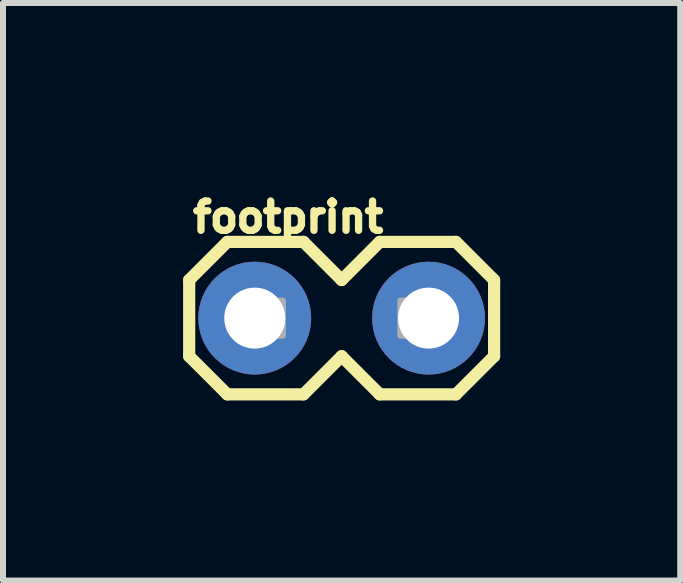
<source format=kicad_pcb>
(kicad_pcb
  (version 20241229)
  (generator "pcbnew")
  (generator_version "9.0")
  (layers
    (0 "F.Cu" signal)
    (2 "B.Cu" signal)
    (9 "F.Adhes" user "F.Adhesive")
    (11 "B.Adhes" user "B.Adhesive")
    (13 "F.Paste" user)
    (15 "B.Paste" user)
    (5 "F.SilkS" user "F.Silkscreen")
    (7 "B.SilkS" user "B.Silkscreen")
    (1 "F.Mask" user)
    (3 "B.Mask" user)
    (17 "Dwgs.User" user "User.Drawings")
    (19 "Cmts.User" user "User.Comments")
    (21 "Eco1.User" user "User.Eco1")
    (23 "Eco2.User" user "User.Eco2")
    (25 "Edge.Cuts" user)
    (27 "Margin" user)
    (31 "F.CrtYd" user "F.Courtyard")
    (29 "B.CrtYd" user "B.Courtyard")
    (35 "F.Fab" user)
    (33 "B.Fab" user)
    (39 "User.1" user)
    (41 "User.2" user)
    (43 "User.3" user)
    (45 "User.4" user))
  (footprint "footprint"
    (layer "F.Cu")
    (at 1.372 2.25)
    (property "Reference" "footprint" (at -1.27 -1.397 0) (layer "F.SilkS") (effects (font (size 0.488 0.488) (thickness 0.122)) (justify left bottom)))
    (fp_line (start -1.27 -0.635) (end -1.27 0.635) (stroke (width 0.203) (type solid)) (layer "F.SilkS"))
    (fp_line (start -1.27 0.635) (end -0.635 1.27) (stroke (width 0.203) (type solid)) (layer "F.SilkS"))
    (fp_line (start -0.635 -1.27) (end -1.27 -0.635) (stroke (width 0.203) (type solid)) (layer "F.SilkS"))
    (fp_line (start -0.635 -1.27) (end 0.635 -1.27) (stroke (width 0.203) (type solid)) (layer "F.SilkS"))
    (fp_line (start 0.635 -1.27) (end 1.27 -0.635) (stroke (width 0.203) (type solid)) (layer "F.SilkS"))
    (fp_line (start 0.635 1.27) (end -0.635 1.27) (stroke (width 0.203) (type solid)) (layer "F.SilkS"))
    (fp_line (start 1.27 -0.635) (end 1.905 -1.27) (stroke (width 0.203) (type solid)) (layer "F.SilkS"))
    (fp_line (start 1.27 0.635) (end 0.635 1.27) (stroke (width 0.203) (type solid)) (layer "F.SilkS"))
    (fp_line (start 1.905 -1.27) (end 3.175 -1.27) (stroke (width 0.203) (type solid)) (layer "F.SilkS"))
    (fp_line (start 1.905 1.27) (end 1.27 0.635) (stroke (width 0.203) (type solid)) (layer "F.SilkS"))
    (fp_line (start 3.175 -1.27) (end 3.81 -0.635) (stroke (width 0.203) (type solid)) (layer "F.SilkS"))
    (fp_line (start 3.175 1.27) (end 1.905 1.27) (stroke (width 0.203) (type solid)) (layer "F.SilkS"))
    (fp_line (start 3.81 -0.635) (end 3.81 0.635) (stroke (width 0.203) (type solid)) (layer "F.SilkS"))
    (fp_line (start 3.81 0.635) (end 3.175 1.27) (stroke (width 0.203) (type solid)) (layer "F.SilkS"))
    (fp_poly (pts (xy -0.292 0.292) (xy 0.292 0.292) (xy 0.292 -0.292) (xy -0.292 -0.292)) (stroke (width 0.1) (type solid)) (fill no) (layer "F.Fab"))
    (fp_poly (pts (xy 2.248 0.292) (xy 2.832 0.292) (xy 2.832 -0.292) (xy 2.248 -0.292)) (stroke (width 0.1) (type solid)) (fill no) (layer "F.Fab"))
    (pad "1" thru_hole circle (at -0.178 0 90) (size 1.88 1.88) (drill 1.016) (layers "*.Cu" "*.Mask"))
    (pad "2" thru_hole circle (at 2.718 0 90) (size 1.88 1.88) (drill 1.016) (layers "*.Cu" "*.Mask")))
  (gr_rect
    (start -3 -3)
    (end 8.283 6.622)
    (stroke (width 0.1) (type default))
    (fill no)
    (layer "Edge.Cuts")))
</source>
